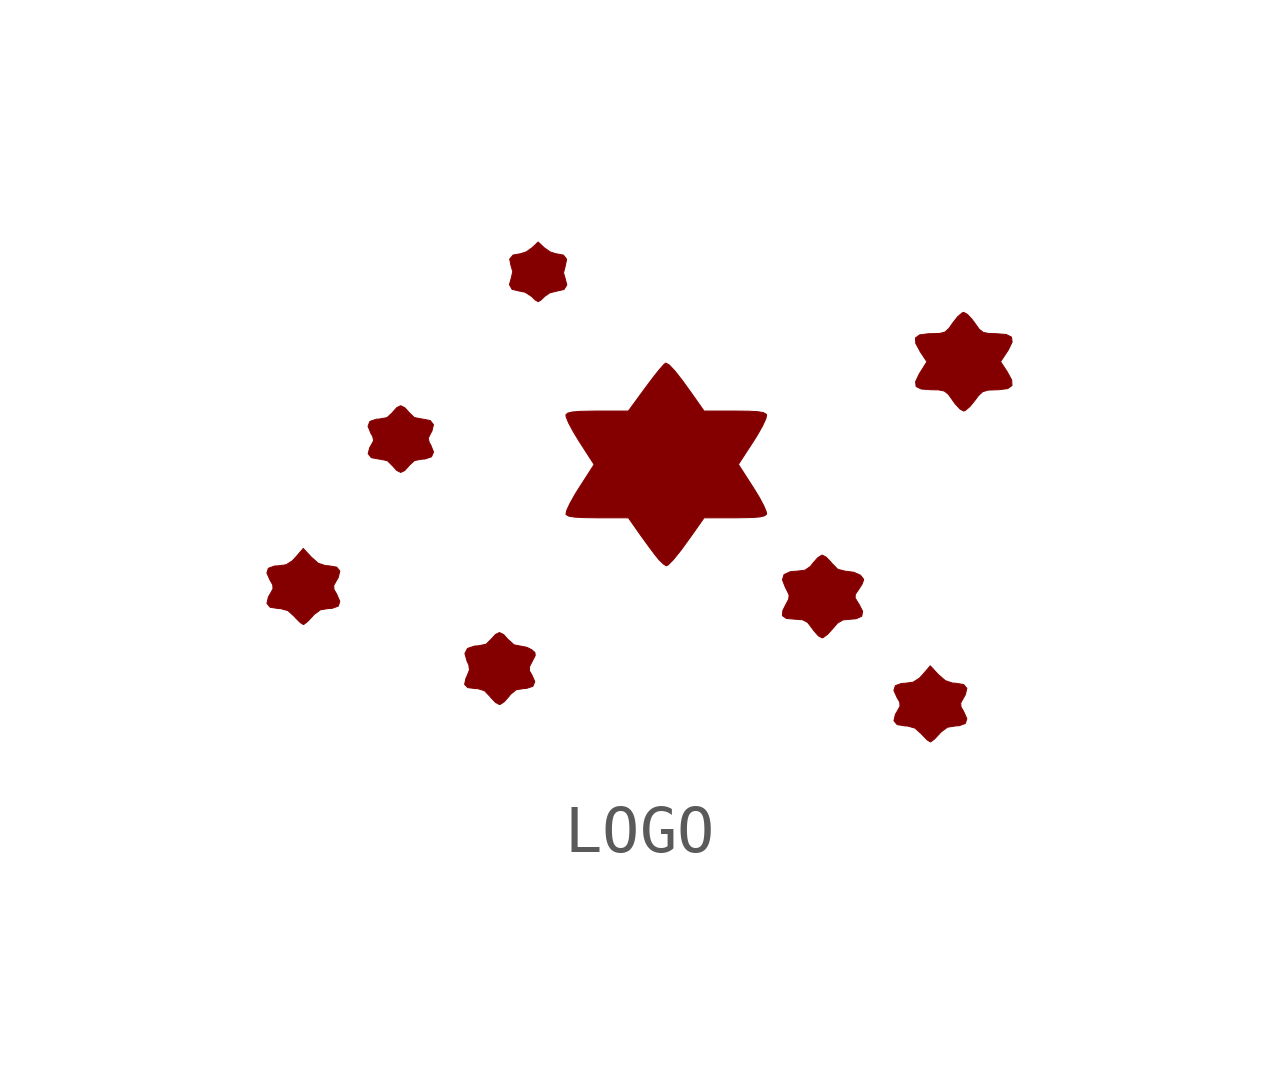
<source format=kicad_sym>
(kicad_symbol_lib
  (version 20220914)
  (generator "bitmap2component")
  (generator_version "8.0")
  (symbol "LOGO"
    (pin_names
      (offset 1.016))
    (property "Reference" "#G"
      (at 0 7.702 0)
      (effects (font (size 1.27 1.27)) hide))
    (symbol "LOGO_0_0"
      (polyline (pts (xy 4.624 -4.721) (xy 4.699 -4.664) (xy 4.799 -4.558) (xy 4.835 -4.517) (xy 4.97 -4.418) (xy 5.139 -4.391) (xy 5.212 -4.387) (xy 5.341 -4.34) (xy 5.373 -4.241) (xy 5.306 -4.09) (xy 5.251 -3.997) (xy 5.245 -3.913) (xy 5.306 -3.803) (xy 5.341 -3.742) (xy 5.373 -3.609) (xy 5.306 -3.529) (xy 5.142 -3.502) (xy 5.074 -3.498) (xy 4.925 -3.448) (xy 4.778 -3.321) (xy 4.611 -3.14) (xy 4.455 -3.321) (xy 4.385 -3.396) (xy 4.255 -3.479) (xy 4.093 -3.502) (xy 4.013 -3.506) (xy 3.884 -3.553) (xy 3.853 -3.652) (xy 3.921 -3.803) (xy 3.975 -3.896) (xy 3.981 -3.98) (xy 3.921 -4.09) (xy 3.884 -4.152) (xy 3.854 -4.284) (xy 3.922 -4.364) (xy 4.087 -4.391) (xy 4.137 -4.393) (xy 4.292 -4.436) (xy 4.427 -4.558) (xy 4.455 -4.589) (xy 4.551 -4.686) (xy 4.613 -4.724) (xy 4.624 -4.721)) (stroke (width 0.01) (type default)) (fill (type outline)))
      (polyline (pts (xy -4.352 -3.945) (xy -4.266 -3.89) (xy -4.168 -3.78) (xy -4.134 -3.734) (xy -4.016 -3.638) (xy -3.857 -3.613) (xy -3.802 -3.61) (xy -3.667 -3.566) (xy -3.627 -3.469) (xy -3.689 -3.328) (xy -3.737 -3.247) (xy -3.74 -3.163) (xy -3.68 -3.044) (xy -3.677 -3.038) (xy -3.619 -2.927) (xy -3.624 -2.864) (xy -3.693 -2.803) (xy -3.794 -2.753) (xy -3.95 -2.723) (xy -4.059 -2.702) (xy -4.191 -2.584) (xy -4.277 -2.488) (xy -4.363 -2.446) (xy -4.445 -2.485) (xy -4.535 -2.584) (xy -4.642 -2.69) (xy -4.807 -2.723) (xy -4.881 -2.727) (xy -5.029 -2.777) (xy -5.083 -2.883) (xy -5.039 -3.04) (xy -5.002 -3.118) (xy -4.988 -3.225) (xy -5.038 -3.351) (xy -5.062 -3.4) (xy -5.089 -3.526) (xy -5.025 -3.593) (xy -4.864 -3.613) (xy -4.818 -3.614) (xy -4.675 -3.657) (xy -4.558 -3.78) (xy -4.541 -3.802) (xy -4.443 -3.904) (xy -4.363 -3.946) (xy -4.352 -3.945)) (stroke (width 0.01) (type default)) (fill (type outline)))
      (polyline (pts (xy 2.381 -2.55) (xy 2.474 -2.481) (xy 2.581 -2.362) (xy 2.681 -2.247) (xy 2.793 -2.183) (xy 2.95 -2.168) (xy 3.067 -2.159) (xy 3.184 -2.106) (xy 3.202 -2.003) (xy 3.122 -1.848) (xy 3.106 -1.825) (xy 3.045 -1.725) (xy 3.049 -1.652) (xy 3.116 -1.554) (xy 3.19 -1.439) (xy 3.222 -1.35) (xy 3.221 -1.335) (xy 3.157 -1.252) (xy 3.02 -1.191) (xy 2.842 -1.167) (xy 2.834 -1.167) (xy 2.683 -1.128) (xy 2.557 -1) (xy 2.54 -0.978) (xy 2.442 -0.875) (xy 2.362 -0.834) (xy 2.351 -0.835) (xy 2.265 -0.89) (xy 2.168 -1) (xy 2.115 -1.068) (xy 2.001 -1.147) (xy 1.837 -1.167) (xy 1.697 -1.178) (xy 1.565 -1.238) (xy 1.532 -1.349) (xy 1.596 -1.513) (xy 1.621 -1.558) (xy 1.671 -1.665) (xy 1.662 -1.751) (xy 1.597 -1.874) (xy 1.54 -1.987) (xy 1.531 -2.095) (xy 1.614 -2.152) (xy 1.796 -2.168) (xy 1.952 -2.18) (xy 2.057 -2.236) (xy 2.154 -2.363) (xy 2.184 -2.406) (xy 2.28 -2.514) (xy 2.356 -2.557) (xy 2.381 -2.55)) (stroke (width 0.01) (type default)) (fill (type outline)))
      (polyline (pts (xy -8.437 -2.276) (xy -8.363 -2.219) (xy -8.262 -2.112) (xy -8.226 -2.071) (xy -8.091 -1.972) (xy -7.922 -1.945) (xy -7.849 -1.942) (xy -7.72 -1.895) (xy -7.689 -1.796) (xy -7.755 -1.644) (xy -7.81 -1.551) (xy -7.816 -1.467) (xy -7.755 -1.357) (xy -7.72 -1.297) (xy -7.689 -1.164) (xy -7.755 -1.083) (xy -7.919 -1.056) (xy -7.988 -1.052) (xy -8.137 -1.003) (xy -8.283 -0.875) (xy -8.45 -0.695) (xy -8.606 -0.875) (xy -8.676 -0.95) (xy -8.806 -1.034) (xy -8.968 -1.056) (xy -9.048 -1.06) (xy -9.177 -1.107) (xy -9.208 -1.206) (xy -9.141 -1.357) (xy -9.086 -1.45) (xy -9.08 -1.534) (xy -9.141 -1.644) (xy -9.177 -1.707) (xy -9.207 -1.839) (xy -9.14 -1.919) (xy -8.974 -1.945) (xy -8.924 -1.947) (xy -8.769 -1.99) (xy -8.634 -2.112) (xy -8.607 -2.144) (xy -8.51 -2.24) (xy -8.448 -2.279) (xy -8.437 -2.276)) (stroke (width 0.01) (type default)) (fill (type outline)))
      (polyline (pts (xy -0.848 -1.036) (xy -0.739 -0.926) (xy -0.577 -0.724) (xy -0.365 -0.431) (xy -0.101 -0.056) (xy 0.535 -0.056) (xy 0.64 -0.055) (xy 0.898 -0.05) (xy 1.066 -0.037) (xy 1.162 -0.013) (xy 1.201 0.022) (xy 1.196 0.066) (xy 1.144 0.192) (xy 1.049 0.371) (xy 0.922 0.578) (xy 0.614 1.056) (xy 0.923 1.531) (xy 1.009 1.667) (xy 1.118 1.86) (xy 1.186 2.008) (xy 1.202 2.087) (xy 1.19 2.105) (xy 1.132 2.136) (xy 1.015 2.155) (xy 0.822 2.165) (xy 0.535 2.168) (xy -0.101 2.168) (xy -0.365 2.543) (xy -0.55 2.8) (xy -0.713 3.008) (xy -0.828 3.129) (xy -0.9 3.168) (xy -0.939 3.136) (xy -1.032 3.031) (xy -1.161 2.869) (xy -1.312 2.668) (xy -1.678 2.168) (xy -2.313 2.168) (xy -2.418 2.167) (xy -2.676 2.162) (xy -2.845 2.148) (xy -2.94 2.125) (xy -2.979 2.09) (xy -2.974 2.045) (xy -2.922 1.919) (xy -2.826 1.74) (xy -2.7 1.533) (xy -2.391 1.054) (xy -2.699 0.575) (xy -2.789 0.432) (xy -2.895 0.242) (xy -2.962 0.097) (xy -2.978 0.021) (xy -2.973 0.011) (xy -2.92 -0.021) (xy -2.802 -0.041) (xy -2.605 -0.052) (xy -2.313 -0.056) (xy -1.677 -0.056) (xy -1.414 -0.431) (xy -1.386 -0.469) (xy -1.247 -0.661) (xy -1.123 -0.826) (xy -1.038 -0.931) (xy -0.948 -1.019) (xy -0.889 -1.056) (xy -0.848 -1.036)) (stroke (width 0.01) (type default)) (fill (type outline)))
      (polyline (pts (xy -6.338 0.928) (xy -6.248 1.028) (xy -6.243 1.036) (xy -6.131 1.138) (xy -5.967 1.167) (xy -5.916 1.169) (xy -5.779 1.215) (xy -5.736 1.314) (xy -5.794 1.459) (xy -5.825 1.51) (xy -5.847 1.601) (xy -5.795 1.708) (xy -5.77 1.75) (xy -5.738 1.884) (xy -5.805 1.97) (xy -5.967 2.001) (xy -5.977 2.001) (xy -6.138 2.033) (xy -6.248 2.14) (xy -6.333 2.236) (xy -6.42 2.279) (xy -6.501 2.24) (xy -6.591 2.14) (xy -6.596 2.132) (xy -6.707 2.03) (xy -6.872 2.001) (xy -6.927 1.998) (xy -7.062 1.952) (xy -7.101 1.851) (xy -7.04 1.702) (xy -7.002 1.637) (xy -6.985 1.55) (xy -7.039 1.45) (xy -7.065 1.409) (xy -7.098 1.28) (xy -7.033 1.197) (xy -6.872 1.167) (xy -6.862 1.167) (xy -6.701 1.135) (xy -6.591 1.028) (xy -6.505 0.932) (xy -6.42 0.889) (xy -6.338 0.928)) (stroke (width 0.01) (type default)) (fill (type outline)))
      (polyline (pts (xy 5.339 2.18) (xy 5.434 2.259) (xy 5.54 2.389) (xy 5.615 2.489) (xy 5.703 2.571) (xy 5.814 2.604) (xy 5.99 2.611) (xy 6.034 2.612) (xy 6.223 2.635) (xy 6.313 2.699) (xy 6.307 2.814) (xy 6.212 2.989) (xy 6.075 3.196) (xy 6.212 3.403) (xy 6.239 3.445) (xy 6.316 3.606) (xy 6.303 3.708) (xy 6.194 3.763) (xy 5.984 3.779) (xy 5.831 3.783) (xy 5.713 3.807) (xy 5.629 3.873) (xy 5.537 4.002) (xy 5.486 4.072) (xy 5.385 4.181) (xy 5.308 4.224) (xy 5.275 4.213) (xy 5.182 4.133) (xy 5.079 4.002) (xy 5.001 3.89) (xy 4.918 3.814) (xy 4.809 3.785) (xy 4.632 3.779) (xy 4.579 3.779) (xy 4.39 3.755) (xy 4.303 3.691) (xy 4.309 3.577) (xy 4.404 3.402) (xy 4.541 3.195) (xy 4.407 2.982) (xy 4.38 2.938) (xy 4.305 2.778) (xy 4.317 2.678) (xy 4.424 2.627) (xy 4.632 2.612) (xy 4.785 2.609) (xy 4.903 2.585) (xy 4.987 2.519) (xy 5.079 2.39) (xy 5.129 2.32) (xy 5.23 2.211) (xy 5.305 2.168) (xy 5.339 2.18)) (stroke (width 0.01) (type default)) (fill (type outline)))
      (polyline (pts (xy -3.506 4.475) (xy -3.418 4.558) (xy -3.316 4.63) (xy -3.158 4.669) (xy -3.019 4.7) (xy -2.96 4.795) (xy -2.997 4.939) (xy -3.029 5.045) (xy -2.991 5.197) (xy -2.964 5.33) (xy -3.03 5.416) (xy -3.192 5.446) (xy -3.304 5.481) (xy -3.429 5.568) (xy -3.557 5.689) (xy -3.686 5.568) (xy -3.806 5.483) (xy -3.922 5.446) (xy -4.079 5.418) (xy -4.15 5.335) (xy -4.123 5.197) (xy -4.086 5.073) (xy -4.117 4.939) (xy -4.155 4.801) (xy -4.101 4.704) (xy -3.957 4.669) (xy -3.829 4.643) (xy -3.696 4.558) (xy -3.619 4.483) (xy -3.557 4.446) (xy -3.506 4.475)) (stroke (width 0.01) (type default)) (fill (type outline))))))
</source>
